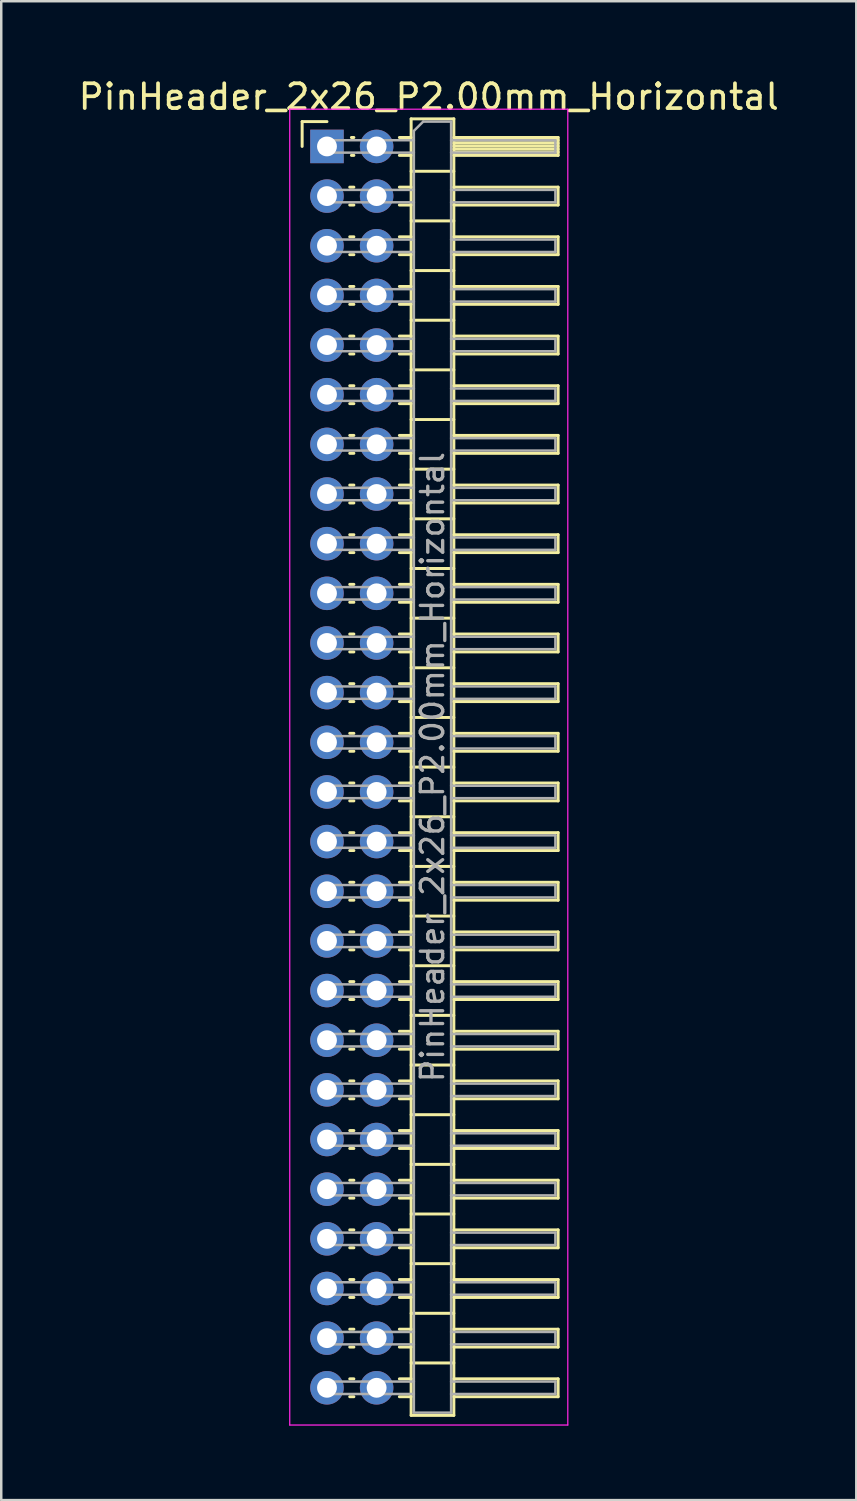
<source format=kicad_pcb>
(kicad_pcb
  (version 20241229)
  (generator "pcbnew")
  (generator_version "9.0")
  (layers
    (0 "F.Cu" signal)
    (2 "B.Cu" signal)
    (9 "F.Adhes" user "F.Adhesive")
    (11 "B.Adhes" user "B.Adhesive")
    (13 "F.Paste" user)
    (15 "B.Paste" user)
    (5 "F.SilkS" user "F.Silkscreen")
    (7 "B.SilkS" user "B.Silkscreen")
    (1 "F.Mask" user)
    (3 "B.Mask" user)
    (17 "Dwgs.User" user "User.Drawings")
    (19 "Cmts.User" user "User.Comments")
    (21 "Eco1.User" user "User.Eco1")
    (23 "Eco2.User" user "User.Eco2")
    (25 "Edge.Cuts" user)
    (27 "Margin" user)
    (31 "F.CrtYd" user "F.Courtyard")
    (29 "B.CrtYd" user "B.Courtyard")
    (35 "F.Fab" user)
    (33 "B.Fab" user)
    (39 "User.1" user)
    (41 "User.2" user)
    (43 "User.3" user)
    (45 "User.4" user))
  (footprint "PinHeader_2x26_P2.00mm_Horizontal"
    (layer "F.Cu")
    (at 10.12 2.848)
    (property "Reference" "PinHeader_2x26_P2.00mm_Horizontal" (at 4.1 -2 0) (layer "F.SilkS") (effects (font (size 1 1) (thickness 0.15))))
    (attr through_hole)
    (fp_line (start -1 -1) (end 0 -1) (stroke (width 0.12) (type solid)) (layer "F.SilkS"))
    (fp_line (start -1 0) (end -1 -1) (stroke (width 0.12) (type solid)) (layer "F.SilkS"))
    (fp_line (start 0.917 1.64) (end 1.083 1.64) (stroke (width 0.12) (type solid)) (layer "F.SilkS"))
    (fp_line (start 0.917 2.36) (end 1.083 2.36) (stroke (width 0.12) (type solid)) (layer "F.SilkS"))
    (fp_line (start 0.917 3.64) (end 1.083 3.64) (stroke (width 0.12) (type solid)) (layer "F.SilkS"))
    (fp_line (start 0.917 4.36) (end 1.083 4.36) (stroke (width 0.12) (type solid)) (layer "F.SilkS"))
    (fp_line (start 0.917 5.64) (end 1.083 5.64) (stroke (width 0.12) (type solid)) (layer "F.SilkS"))
    (fp_line (start 0.917 6.36) (end 1.083 6.36) (stroke (width 0.12) (type solid)) (layer "F.SilkS"))
    (fp_line (start 0.917 7.64) (end 1.083 7.64) (stroke (width 0.12) (type solid)) (layer "F.SilkS"))
    (fp_line (start 0.917 8.36) (end 1.083 8.36) (stroke (width 0.12) (type solid)) (layer "F.SilkS"))
    (fp_line (start 0.917 9.64) (end 1.083 9.64) (stroke (width 0.12) (type solid)) (layer "F.SilkS"))
    (fp_line (start 0.917 10.36) (end 1.083 10.36) (stroke (width 0.12) (type solid)) (layer "F.SilkS"))
    (fp_line (start 0.917 11.64) (end 1.083 11.64) (stroke (width 0.12) (type solid)) (layer "F.SilkS"))
    (fp_line (start 0.917 12.36) (end 1.083 12.36) (stroke (width 0.12) (type solid)) (layer "F.SilkS"))
    (fp_line (start 0.917 13.64) (end 1.083 13.64) (stroke (width 0.12) (type solid)) (layer "F.SilkS"))
    (fp_line (start 0.917 14.36) (end 1.083 14.36) (stroke (width 0.12) (type solid)) (layer "F.SilkS"))
    (fp_line (start 0.917 15.64) (end 1.083 15.64) (stroke (width 0.12) (type solid)) (layer "F.SilkS"))
    (fp_line (start 0.917 16.36) (end 1.083 16.36) (stroke (width 0.12) (type solid)) (layer "F.SilkS"))
    (fp_line (start 0.917 17.64) (end 1.083 17.64) (stroke (width 0.12) (type solid)) (layer "F.SilkS"))
    (fp_line (start 0.917 18.36) (end 1.083 18.36) (stroke (width 0.12) (type solid)) (layer "F.SilkS"))
    (fp_line (start 0.917 19.64) (end 1.083 19.64) (stroke (width 0.12) (type solid)) (layer "F.SilkS"))
    (fp_line (start 0.917 20.36) (end 1.083 20.36) (stroke (width 0.12) (type solid)) (layer "F.SilkS"))
    (fp_line (start 0.917 21.64) (end 1.083 21.64) (stroke (width 0.12) (type solid)) (layer "F.SilkS"))
    (fp_line (start 0.917 22.36) (end 1.083 22.36) (stroke (width 0.12) (type solid)) (layer "F.SilkS"))
    (fp_line (start 0.917 23.64) (end 1.083 23.64) (stroke (width 0.12) (type solid)) (layer "F.SilkS"))
    (fp_line (start 0.917 24.36) (end 1.083 24.36) (stroke (width 0.12) (type solid)) (layer "F.SilkS"))
    (fp_line (start 0.917 25.64) (end 1.083 25.64) (stroke (width 0.12) (type solid)) (layer "F.SilkS"))
    (fp_line (start 0.917 26.36) (end 1.083 26.36) (stroke (width 0.12) (type solid)) (layer "F.SilkS"))
    (fp_line (start 0.917 27.64) (end 1.083 27.64) (stroke (width 0.12) (type solid)) (layer "F.SilkS"))
    (fp_line (start 0.917 28.36) (end 1.083 28.36) (stroke (width 0.12) (type solid)) (layer "F.SilkS"))
    (fp_line (start 0.917 29.64) (end 1.083 29.64) (stroke (width 0.12) (type solid)) (layer "F.SilkS"))
    (fp_line (start 0.917 30.36) (end 1.083 30.36) (stroke (width 0.12) (type solid)) (layer "F.SilkS"))
    (fp_line (start 0.917 31.64) (end 1.083 31.64) (stroke (width 0.12) (type solid)) (layer "F.SilkS"))
    (fp_line (start 0.917 32.36) (end 1.083 32.36) (stroke (width 0.12) (type solid)) (layer "F.SilkS"))
    (fp_line (start 0.917 33.64) (end 1.083 33.64) (stroke (width 0.12) (type solid)) (layer "F.SilkS"))
    (fp_line (start 0.917 34.36) (end 1.083 34.36) (stroke (width 0.12) (type solid)) (layer "F.SilkS"))
    (fp_line (start 0.917 35.64) (end 1.083 35.64) (stroke (width 0.12) (type solid)) (layer "F.SilkS"))
    (fp_line (start 0.917 36.36) (end 1.083 36.36) (stroke (width 0.12) (type solid)) (layer "F.SilkS"))
    (fp_line (start 0.917 37.64) (end 1.083 37.64) (stroke (width 0.12) (type solid)) (layer "F.SilkS"))
    (fp_line (start 0.917 38.36) (end 1.083 38.36) (stroke (width 0.12) (type solid)) (layer "F.SilkS"))
    (fp_line (start 0.917 39.64) (end 1.083 39.64) (stroke (width 0.12) (type solid)) (layer "F.SilkS"))
    (fp_line (start 0.917 40.36) (end 1.083 40.36) (stroke (width 0.12) (type solid)) (layer "F.SilkS"))
    (fp_line (start 0.917 41.64) (end 1.083 41.64) (stroke (width 0.12) (type solid)) (layer "F.SilkS"))
    (fp_line (start 0.917 42.36) (end 1.083 42.36) (stroke (width 0.12) (type solid)) (layer "F.SilkS"))
    (fp_line (start 0.917 43.64) (end 1.083 43.64) (stroke (width 0.12) (type solid)) (layer "F.SilkS"))
    (fp_line (start 0.917 44.36) (end 1.083 44.36) (stroke (width 0.12) (type solid)) (layer "F.SilkS"))
    (fp_line (start 0.917 45.64) (end 1.083 45.64) (stroke (width 0.12) (type solid)) (layer "F.SilkS"))
    (fp_line (start 0.917 46.36) (end 1.083 46.36) (stroke (width 0.12) (type solid)) (layer "F.SilkS"))
    (fp_line (start 0.917 47.64) (end 1.083 47.64) (stroke (width 0.12) (type solid)) (layer "F.SilkS"))
    (fp_line (start 0.917 48.36) (end 1.083 48.36) (stroke (width 0.12) (type solid)) (layer "F.SilkS"))
    (fp_line (start 0.917 49.64) (end 1.083 49.64) (stroke (width 0.12) (type solid)) (layer "F.SilkS"))
    (fp_line (start 0.917 50.36) (end 1.083 50.36) (stroke (width 0.12) (type solid)) (layer "F.SilkS"))
    (fp_line (start 0.985 -0.36) (end 1.083 -0.36) (stroke (width 0.12) (type solid)) (layer "F.SilkS"))
    (fp_line (start 0.985 0.36) (end 1.083 0.36) (stroke (width 0.12) (type solid)) (layer "F.SilkS"))
    (fp_line (start 2.917 -0.36) (end 3.39 -0.36) (stroke (width 0.12) (type solid)) (layer "F.SilkS"))
    (fp_line (start 2.917 0.36) (end 3.39 0.36) (stroke (width 0.12) (type solid)) (layer "F.SilkS"))
    (fp_line (start 2.917 1.64) (end 3.39 1.64) (stroke (width 0.12) (type solid)) (layer "F.SilkS"))
    (fp_line (start 2.917 2.36) (end 3.39 2.36) (stroke (width 0.12) (type solid)) (layer "F.SilkS"))
    (fp_line (start 2.917 3.64) (end 3.39 3.64) (stroke (width 0.12) (type solid)) (layer "F.SilkS"))
    (fp_line (start 2.917 4.36) (end 3.39 4.36) (stroke (width 0.12) (type solid)) (layer "F.SilkS"))
    (fp_line (start 2.917 5.64) (end 3.39 5.64) (stroke (width 0.12) (type solid)) (layer "F.SilkS"))
    (fp_line (start 2.917 6.36) (end 3.39 6.36) (stroke (width 0.12) (type solid)) (layer "F.SilkS"))
    (fp_line (start 2.917 7.64) (end 3.39 7.64) (stroke (width 0.12) (type solid)) (layer "F.SilkS"))
    (fp_line (start 2.917 8.36) (end 3.39 8.36) (stroke (width 0.12) (type solid)) (layer "F.SilkS"))
    (fp_line (start 2.917 9.64) (end 3.39 9.64) (stroke (width 0.12) (type solid)) (layer "F.SilkS"))
    (fp_line (start 2.917 10.36) (end 3.39 10.36) (stroke (width 0.12) (type solid)) (layer "F.SilkS"))
    (fp_line (start 2.917 11.64) (end 3.39 11.64) (stroke (width 0.12) (type solid)) (layer "F.SilkS"))
    (fp_line (start 2.917 12.36) (end 3.39 12.36) (stroke (width 0.12) (type solid)) (layer "F.SilkS"))
    (fp_line (start 2.917 13.64) (end 3.39 13.64) (stroke (width 0.12) (type solid)) (layer "F.SilkS"))
    (fp_line (start 2.917 14.36) (end 3.39 14.36) (stroke (width 0.12) (type solid)) (layer "F.SilkS"))
    (fp_line (start 2.917 15.64) (end 3.39 15.64) (stroke (width 0.12) (type solid)) (layer "F.SilkS"))
    (fp_line (start 2.917 16.36) (end 3.39 16.36) (stroke (width 0.12) (type solid)) (layer "F.SilkS"))
    (fp_line (start 2.917 17.64) (end 3.39 17.64) (stroke (width 0.12) (type solid)) (layer "F.SilkS"))
    (fp_line (start 2.917 18.36) (end 3.39 18.36) (stroke (width 0.12) (type solid)) (layer "F.SilkS"))
    (fp_line (start 2.917 19.64) (end 3.39 19.64) (stroke (width 0.12) (type solid)) (layer "F.SilkS"))
    (fp_line (start 2.917 20.36) (end 3.39 20.36) (stroke (width 0.12) (type solid)) (layer "F.SilkS"))
    (fp_line (start 2.917 21.64) (end 3.39 21.64) (stroke (width 0.12) (type solid)) (layer "F.SilkS"))
    (fp_line (start 2.917 22.36) (end 3.39 22.36) (stroke (width 0.12) (type solid)) (layer "F.SilkS"))
    (fp_line (start 2.917 23.64) (end 3.39 23.64) (stroke (width 0.12) (type solid)) (layer "F.SilkS"))
    (fp_line (start 2.917 24.36) (end 3.39 24.36) (stroke (width 0.12) (type solid)) (layer "F.SilkS"))
    (fp_line (start 2.917 25.64) (end 3.39 25.64) (stroke (width 0.12) (type solid)) (layer "F.SilkS"))
    (fp_line (start 2.917 26.36) (end 3.39 26.36) (stroke (width 0.12) (type solid)) (layer "F.SilkS"))
    (fp_line (start 2.917 27.64) (end 3.39 27.64) (stroke (width 0.12) (type solid)) (layer "F.SilkS"))
    (fp_line (start 2.917 28.36) (end 3.39 28.36) (stroke (width 0.12) (type solid)) (layer "F.SilkS"))
    (fp_line (start 2.917 29.64) (end 3.39 29.64) (stroke (width 0.12) (type solid)) (layer "F.SilkS"))
    (fp_line (start 2.917 30.36) (end 3.39 30.36) (stroke (width 0.12) (type solid)) (layer "F.SilkS"))
    (fp_line (start 2.917 31.64) (end 3.39 31.64) (stroke (width 0.12) (type solid)) (layer "F.SilkS"))
    (fp_line (start 2.917 32.36) (end 3.39 32.36) (stroke (width 0.12) (type solid)) (layer "F.SilkS"))
    (fp_line (start 2.917 33.64) (end 3.39 33.64) (stroke (width 0.12) (type solid)) (layer "F.SilkS"))
    (fp_line (start 2.917 34.36) (end 3.39 34.36) (stroke (width 0.12) (type solid)) (layer "F.SilkS"))
    (fp_line (start 2.917 35.64) (end 3.39 35.64) (stroke (width 0.12) (type solid)) (layer "F.SilkS"))
    (fp_line (start 2.917 36.36) (end 3.39 36.36) (stroke (width 0.12) (type solid)) (layer "F.SilkS"))
    (fp_line (start 2.917 37.64) (end 3.39 37.64) (stroke (width 0.12) (type solid)) (layer "F.SilkS"))
    (fp_line (start 2.917 38.36) (end 3.39 38.36) (stroke (width 0.12) (type solid)) (layer "F.SilkS"))
    (fp_line (start 2.917 39.64) (end 3.39 39.64) (stroke (width 0.12) (type solid)) (layer "F.SilkS"))
    (fp_line (start 2.917 40.36) (end 3.39 40.36) (stroke (width 0.12) (type solid)) (layer "F.SilkS"))
    (fp_line (start 2.917 41.64) (end 3.39 41.64) (stroke (width 0.12) (type solid)) (layer "F.SilkS"))
    (fp_line (start 2.917 42.36) (end 3.39 42.36) (stroke (width 0.12) (type solid)) (layer "F.SilkS"))
    (fp_line (start 2.917 43.64) (end 3.39 43.64) (stroke (width 0.12) (type solid)) (layer "F.SilkS"))
    (fp_line (start 2.917 44.36) (end 3.39 44.36) (stroke (width 0.12) (type solid)) (layer "F.SilkS"))
    (fp_line (start 2.917 45.64) (end 3.39 45.64) (stroke (width 0.12) (type solid)) (layer "F.SilkS"))
    (fp_line (start 2.917 46.36) (end 3.39 46.36) (stroke (width 0.12) (type solid)) (layer "F.SilkS"))
    (fp_line (start 2.917 47.64) (end 3.39 47.64) (stroke (width 0.12) (type solid)) (layer "F.SilkS"))
    (fp_line (start 2.917 48.36) (end 3.39 48.36) (stroke (width 0.12) (type solid)) (layer "F.SilkS"))
    (fp_line (start 2.917 49.64) (end 3.39 49.64) (stroke (width 0.12) (type solid)) (layer "F.SilkS"))
    (fp_line (start 2.917 50.36) (end 3.39 50.36) (stroke (width 0.12) (type solid)) (layer "F.SilkS"))
    (fp_line (start 3.39 -1.11) (end 3.39 51.11) (stroke (width 0.12) (type solid)) (layer "F.SilkS"))
    (fp_line (start 3.39 1) (end 5.11 1) (stroke (width 0.12) (type solid)) (layer "F.SilkS"))
    (fp_line (start 3.39 3) (end 5.11 3) (stroke (width 0.12) (type solid)) (layer "F.SilkS"))
    (fp_line (start 3.39 5) (end 5.11 5) (stroke (width 0.12) (type solid)) (layer "F.SilkS"))
    (fp_line (start 3.39 7) (end 5.11 7) (stroke (width 0.12) (type solid)) (layer "F.SilkS"))
    (fp_line (start 3.39 9) (end 5.11 9) (stroke (width 0.12) (type solid)) (layer "F.SilkS"))
    (fp_line (start 3.39 11) (end 5.11 11) (stroke (width 0.12) (type solid)) (layer "F.SilkS"))
    (fp_line (start 3.39 13) (end 5.11 13) (stroke (width 0.12) (type solid)) (layer "F.SilkS"))
    (fp_line (start 3.39 15) (end 5.11 15) (stroke (width 0.12) (type solid)) (layer "F.SilkS"))
    (fp_line (start 3.39 17) (end 5.11 17) (stroke (width 0.12) (type solid)) (layer "F.SilkS"))
    (fp_line (start 3.39 19) (end 5.11 19) (stroke (width 0.12) (type solid)) (layer "F.SilkS"))
    (fp_line (start 3.39 21) (end 5.11 21) (stroke (width 0.12) (type solid)) (layer "F.SilkS"))
    (fp_line (start 3.39 23) (end 5.11 23) (stroke (width 0.12) (type solid)) (layer "F.SilkS"))
    (fp_line (start 3.39 25) (end 5.11 25) (stroke (width 0.12) (type solid)) (layer "F.SilkS"))
    (fp_line (start 3.39 27) (end 5.11 27) (stroke (width 0.12) (type solid)) (layer "F.SilkS"))
    (fp_line (start 3.39 29) (end 5.11 29) (stroke (width 0.12) (type solid)) (layer "F.SilkS"))
    (fp_line (start 3.39 31) (end 5.11 31) (stroke (width 0.12) (type solid)) (layer "F.SilkS"))
    (fp_line (start 3.39 33) (end 5.11 33) (stroke (width 0.12) (type solid)) (layer "F.SilkS"))
    (fp_line (start 3.39 35) (end 5.11 35) (stroke (width 0.12) (type solid)) (layer "F.SilkS"))
    (fp_line (start 3.39 37) (end 5.11 37) (stroke (width 0.12) (type solid)) (layer "F.SilkS"))
    (fp_line (start 3.39 39) (end 5.11 39) (stroke (width 0.12) (type solid)) (layer "F.SilkS"))
    (fp_line (start 3.39 41) (end 5.11 41) (stroke (width 0.12) (type solid)) (layer "F.SilkS"))
    (fp_line (start 3.39 43) (end 5.11 43) (stroke (width 0.12) (type solid)) (layer "F.SilkS"))
    (fp_line (start 3.39 45) (end 5.11 45) (stroke (width 0.12) (type solid)) (layer "F.SilkS"))
    (fp_line (start 3.39 47) (end 5.11 47) (stroke (width 0.12) (type solid)) (layer "F.SilkS"))
    (fp_line (start 3.39 49) (end 5.11 49) (stroke (width 0.12) (type solid)) (layer "F.SilkS"))
    (fp_line (start 3.39 51.11) (end 5.11 51.11) (stroke (width 0.12) (type solid)) (layer "F.SilkS"))
    (fp_line (start 5.11 -1.11) (end 3.39 -1.11) (stroke (width 0.12) (type solid)) (layer "F.SilkS"))
    (fp_line (start 5.11 -0.36) (end 9.31 -0.36) (stroke (width 0.12) (type solid)) (layer "F.SilkS"))
    (fp_line (start 5.11 -0.25) (end 9.31 -0.25) (stroke (width 0.12) (type solid)) (layer "F.SilkS"))
    (fp_line (start 5.11 -0.13) (end 9.31 -0.13) (stroke (width 0.12) (type solid)) (layer "F.SilkS"))
    (fp_line (start 5.11 -0.01) (end 9.31 -0.01) (stroke (width 0.12) (type solid)) (layer "F.SilkS"))
    (fp_line (start 5.11 0.11) (end 9.31 0.11) (stroke (width 0.12) (type solid)) (layer "F.SilkS"))
    (fp_line (start 5.11 0.23) (end 9.31 0.23) (stroke (width 0.12) (type solid)) (layer "F.SilkS"))
    (fp_line (start 5.11 1.64) (end 9.31 1.64) (stroke (width 0.12) (type solid)) (layer "F.SilkS"))
    (fp_line (start 5.11 3.64) (end 9.31 3.64) (stroke (width 0.12) (type solid)) (layer "F.SilkS"))
    (fp_line (start 5.11 5.64) (end 9.31 5.64) (stroke (width 0.12) (type solid)) (layer "F.SilkS"))
    (fp_line (start 5.11 7.64) (end 9.31 7.64) (stroke (width 0.12) (type solid)) (layer "F.SilkS"))
    (fp_line (start 5.11 9.64) (end 9.31 9.64) (stroke (width 0.12) (type solid)) (layer "F.SilkS"))
    (fp_line (start 5.11 11.64) (end 9.31 11.64) (stroke (width 0.12) (type solid)) (layer "F.SilkS"))
    (fp_line (start 5.11 13.64) (end 9.31 13.64) (stroke (width 0.12) (type solid)) (layer "F.SilkS"))
    (fp_line (start 5.11 15.64) (end 9.31 15.64) (stroke (width 0.12) (type solid)) (layer "F.SilkS"))
    (fp_line (start 5.11 17.64) (end 9.31 17.64) (stroke (width 0.12) (type solid)) (layer "F.SilkS"))
    (fp_line (start 5.11 19.64) (end 9.31 19.64) (stroke (width 0.12) (type solid)) (layer "F.SilkS"))
    (fp_line (start 5.11 21.64) (end 9.31 21.64) (stroke (width 0.12) (type solid)) (layer "F.SilkS"))
    (fp_line (start 5.11 23.64) (end 9.31 23.64) (stroke (width 0.12) (type solid)) (layer "F.SilkS"))
    (fp_line (start 5.11 25.64) (end 9.31 25.64) (stroke (width 0.12) (type solid)) (layer "F.SilkS"))
    (fp_line (start 5.11 27.64) (end 9.31 27.64) (stroke (width 0.12) (type solid)) (layer "F.SilkS"))
    (fp_line (start 5.11 29.64) (end 9.31 29.64) (stroke (width 0.12) (type solid)) (layer "F.SilkS"))
    (fp_line (start 5.11 31.64) (end 9.31 31.64) (stroke (width 0.12) (type solid)) (layer "F.SilkS"))
    (fp_line (start 5.11 33.64) (end 9.31 33.64) (stroke (width 0.12) (type solid)) (layer "F.SilkS"))
    (fp_line (start 5.11 35.64) (end 9.31 35.64) (stroke (width 0.12) (type solid)) (layer "F.SilkS"))
    (fp_line (start 5.11 37.64) (end 9.31 37.64) (stroke (width 0.12) (type solid)) (layer "F.SilkS"))
    (fp_line (start 5.11 39.64) (end 9.31 39.64) (stroke (width 0.12) (type solid)) (layer "F.SilkS"))
    (fp_line (start 5.11 41.64) (end 9.31 41.64) (stroke (width 0.12) (type solid)) (layer "F.SilkS"))
    (fp_line (start 5.11 43.64) (end 9.31 43.64) (stroke (width 0.12) (type solid)) (layer "F.SilkS"))
    (fp_line (start 5.11 45.64) (end 9.31 45.64) (stroke (width 0.12) (type solid)) (layer "F.SilkS"))
    (fp_line (start 5.11 47.64) (end 9.31 47.64) (stroke (width 0.12) (type solid)) (layer "F.SilkS"))
    (fp_line (start 5.11 49.64) (end 9.31 49.64) (stroke (width 0.12) (type solid)) (layer "F.SilkS"))
    (fp_line (start 5.11 51.11) (end 5.11 -1.11) (stroke (width 0.12) (type solid)) (layer "F.SilkS"))
    (fp_line (start 9.31 -0.36) (end 9.31 0.36) (stroke (width 0.12) (type solid)) (layer "F.SilkS"))
    (fp_line (start 9.31 0.36) (end 5.11 0.36) (stroke (width 0.12) (type solid)) (layer "F.SilkS"))
    (fp_line (start 9.31 1.64) (end 9.31 2.36) (stroke (width 0.12) (type solid)) (layer "F.SilkS"))
    (fp_line (start 9.31 2.36) (end 5.11 2.36) (stroke (width 0.12) (type solid)) (layer "F.SilkS"))
    (fp_line (start 9.31 3.64) (end 9.31 4.36) (stroke (width 0.12) (type solid)) (layer "F.SilkS"))
    (fp_line (start 9.31 4.36) (end 5.11 4.36) (stroke (width 0.12) (type solid)) (layer "F.SilkS"))
    (fp_line (start 9.31 5.64) (end 9.31 6.36) (stroke (width 0.12) (type solid)) (layer "F.SilkS"))
    (fp_line (start 9.31 6.36) (end 5.11 6.36) (stroke (width 0.12) (type solid)) (layer "F.SilkS"))
    (fp_line (start 9.31 7.64) (end 9.31 8.36) (stroke (width 0.12) (type solid)) (layer "F.SilkS"))
    (fp_line (start 9.31 8.36) (end 5.11 8.36) (stroke (width 0.12) (type solid)) (layer "F.SilkS"))
    (fp_line (start 9.31 9.64) (end 9.31 10.36) (stroke (width 0.12) (type solid)) (layer "F.SilkS"))
    (fp_line (start 9.31 10.36) (end 5.11 10.36) (stroke (width 0.12) (type solid)) (layer "F.SilkS"))
    (fp_line (start 9.31 11.64) (end 9.31 12.36) (stroke (width 0.12) (type solid)) (layer "F.SilkS"))
    (fp_line (start 9.31 12.36) (end 5.11 12.36) (stroke (width 0.12) (type solid)) (layer "F.SilkS"))
    (fp_line (start 9.31 13.64) (end 9.31 14.36) (stroke (width 0.12) (type solid)) (layer "F.SilkS"))
    (fp_line (start 9.31 14.36) (end 5.11 14.36) (stroke (width 0.12) (type solid)) (layer "F.SilkS"))
    (fp_line (start 9.31 15.64) (end 9.31 16.36) (stroke (width 0.12) (type solid)) (layer "F.SilkS"))
    (fp_line (start 9.31 16.36) (end 5.11 16.36) (stroke (width 0.12) (type solid)) (layer "F.SilkS"))
    (fp_line (start 9.31 17.64) (end 9.31 18.36) (stroke (width 0.12) (type solid)) (layer "F.SilkS"))
    (fp_line (start 9.31 18.36) (end 5.11 18.36) (stroke (width 0.12) (type solid)) (layer "F.SilkS"))
    (fp_line (start 9.31 19.64) (end 9.31 20.36) (stroke (width 0.12) (type solid)) (layer "F.SilkS"))
    (fp_line (start 9.31 20.36) (end 5.11 20.36) (stroke (width 0.12) (type solid)) (layer "F.SilkS"))
    (fp_line (start 9.31 21.64) (end 9.31 22.36) (stroke (width 0.12) (type solid)) (layer "F.SilkS"))
    (fp_line (start 9.31 22.36) (end 5.11 22.36) (stroke (width 0.12) (type solid)) (layer "F.SilkS"))
    (fp_line (start 9.31 23.64) (end 9.31 24.36) (stroke (width 0.12) (type solid)) (layer "F.SilkS"))
    (fp_line (start 9.31 24.36) (end 5.11 24.36) (stroke (width 0.12) (type solid)) (layer "F.SilkS"))
    (fp_line (start 9.31 25.64) (end 9.31 26.36) (stroke (width 0.12) (type solid)) (layer "F.SilkS"))
    (fp_line (start 9.31 26.36) (end 5.11 26.36) (stroke (width 0.12) (type solid)) (layer "F.SilkS"))
    (fp_line (start 9.31 27.64) (end 9.31 28.36) (stroke (width 0.12) (type solid)) (layer "F.SilkS"))
    (fp_line (start 9.31 28.36) (end 5.11 28.36) (stroke (width 0.12) (type solid)) (layer "F.SilkS"))
    (fp_line (start 9.31 29.64) (end 9.31 30.36) (stroke (width 0.12) (type solid)) (layer "F.SilkS"))
    (fp_line (start 9.31 30.36) (end 5.11 30.36) (stroke (width 0.12) (type solid)) (layer "F.SilkS"))
    (fp_line (start 9.31 31.64) (end 9.31 32.36) (stroke (width 0.12) (type solid)) (layer "F.SilkS"))
    (fp_line (start 9.31 32.36) (end 5.11 32.36) (stroke (width 0.12) (type solid)) (layer "F.SilkS"))
    (fp_line (start 9.31 33.64) (end 9.31 34.36) (stroke (width 0.12) (type solid)) (layer "F.SilkS"))
    (fp_line (start 9.31 34.36) (end 5.11 34.36) (stroke (width 0.12) (type solid)) (layer "F.SilkS"))
    (fp_line (start 9.31 35.64) (end 9.31 36.36) (stroke (width 0.12) (type solid)) (layer "F.SilkS"))
    (fp_line (start 9.31 36.36) (end 5.11 36.36) (stroke (width 0.12) (type solid)) (layer "F.SilkS"))
    (fp_line (start 9.31 37.64) (end 9.31 38.36) (stroke (width 0.12) (type solid)) (layer "F.SilkS"))
    (fp_line (start 9.31 38.36) (end 5.11 38.36) (stroke (width 0.12) (type solid)) (layer "F.SilkS"))
    (fp_line (start 9.31 39.64) (end 9.31 40.36) (stroke (width 0.12) (type solid)) (layer "F.SilkS"))
    (fp_line (start 9.31 40.36) (end 5.11 40.36) (stroke (width 0.12) (type solid)) (layer "F.SilkS"))
    (fp_line (start 9.31 41.64) (end 9.31 42.36) (stroke (width 0.12) (type solid)) (layer "F.SilkS"))
    (fp_line (start 9.31 42.36) (end 5.11 42.36) (stroke (width 0.12) (type solid)) (layer "F.SilkS"))
    (fp_line (start 9.31 43.64) (end 9.31 44.36) (stroke (width 0.12) (type solid)) (layer "F.SilkS"))
    (fp_line (start 9.31 44.36) (end 5.11 44.36) (stroke (width 0.12) (type solid)) (layer "F.SilkS"))
    (fp_line (start 9.31 45.64) (end 9.31 46.36) (stroke (width 0.12) (type solid)) (layer "F.SilkS"))
    (fp_line (start 9.31 46.36) (end 5.11 46.36) (stroke (width 0.12) (type solid)) (layer "F.SilkS"))
    (fp_line (start 9.31 47.64) (end 9.31 48.36) (stroke (width 0.12) (type solid)) (layer "F.SilkS"))
    (fp_line (start 9.31 48.36) (end 5.11 48.36) (stroke (width 0.12) (type solid)) (layer "F.SilkS"))
    (fp_line (start 9.31 49.64) (end 9.31 50.36) (stroke (width 0.12) (type solid)) (layer "F.SilkS"))
    (fp_line (start 9.31 50.36) (end 5.11 50.36) (stroke (width 0.12) (type solid)) (layer "F.SilkS"))
    (fp_line (start -1.5 -1.5) (end -1.5 51.5) (stroke (width 0.05) (type solid)) (layer "F.CrtYd"))
    (fp_line (start -1.5 51.5) (end 9.7 51.5) (stroke (width 0.05) (type solid)) (layer "F.CrtYd"))
    (fp_line (start 9.7 -1.5) (end -1.5 -1.5) (stroke (width 0.05) (type solid)) (layer "F.CrtYd"))
    (fp_line (start 9.7 51.5) (end 9.7 -1.5) (stroke (width 0.05) (type solid)) (layer "F.CrtYd"))
    (fp_line (start -0.25 -0.25) (end -0.25 0.25) (stroke (width 0.1) (type solid)) (layer "F.Fab"))
    (fp_line (start -0.25 -0.25) (end 3.5 -0.25) (stroke (width 0.1) (type solid)) (layer "F.Fab"))
    (fp_line (start -0.25 0.25) (end 3.5 0.25) (stroke (width 0.1) (type solid)) (layer "F.Fab"))
    (fp_line (start -0.25 1.75) (end -0.25 2.25) (stroke (width 0.1) (type solid)) (layer "F.Fab"))
    (fp_line (start -0.25 1.75) (end 3.5 1.75) (stroke (width 0.1) (type solid)) (layer "F.Fab"))
    (fp_line (start -0.25 2.25) (end 3.5 2.25) (stroke (width 0.1) (type solid)) (layer "F.Fab"))
    (fp_line (start -0.25 3.75) (end -0.25 4.25) (stroke (width 0.1) (type solid)) (layer "F.Fab"))
    (fp_line (start -0.25 3.75) (end 3.5 3.75) (stroke (width 0.1) (type solid)) (layer "F.Fab"))
    (fp_line (start -0.25 4.25) (end 3.5 4.25) (stroke (width 0.1) (type solid)) (layer "F.Fab"))
    (fp_line (start -0.25 5.75) (end -0.25 6.25) (stroke (width 0.1) (type solid)) (layer "F.Fab"))
    (fp_line (start -0.25 5.75) (end 3.5 5.75) (stroke (width 0.1) (type solid)) (layer "F.Fab"))
    (fp_line (start -0.25 6.25) (end 3.5 6.25) (stroke (width 0.1) (type solid)) (layer "F.Fab"))
    (fp_line (start -0.25 7.75) (end -0.25 8.25) (stroke (width 0.1) (type solid)) (layer "F.Fab"))
    (fp_line (start -0.25 7.75) (end 3.5 7.75) (stroke (width 0.1) (type solid)) (layer "F.Fab"))
    (fp_line (start -0.25 8.25) (end 3.5 8.25) (stroke (width 0.1) (type solid)) (layer "F.Fab"))
    (fp_line (start -0.25 9.75) (end -0.25 10.25) (stroke (width 0.1) (type solid)) (layer "F.Fab"))
    (fp_line (start -0.25 9.75) (end 3.5 9.75) (stroke (width 0.1) (type solid)) (layer "F.Fab"))
    (fp_line (start -0.25 10.25) (end 3.5 10.25) (stroke (width 0.1) (type solid)) (layer "F.Fab"))
    (fp_line (start -0.25 11.75) (end -0.25 12.25) (stroke (width 0.1) (type solid)) (layer "F.Fab"))
    (fp_line (start -0.25 11.75) (end 3.5 11.75) (stroke (width 0.1) (type solid)) (layer "F.Fab"))
    (fp_line (start -0.25 12.25) (end 3.5 12.25) (stroke (width 0.1) (type solid)) (layer "F.Fab"))
    (fp_line (start -0.25 13.75) (end -0.25 14.25) (stroke (width 0.1) (type solid)) (layer "F.Fab"))
    (fp_line (start -0.25 13.75) (end 3.5 13.75) (stroke (width 0.1) (type solid)) (layer "F.Fab"))
    (fp_line (start -0.25 14.25) (end 3.5 14.25) (stroke (width 0.1) (type solid)) (layer "F.Fab"))
    (fp_line (start -0.25 15.75) (end -0.25 16.25) (stroke (width 0.1) (type solid)) (layer "F.Fab"))
    (fp_line (start -0.25 15.75) (end 3.5 15.75) (stroke (width 0.1) (type solid)) (layer "F.Fab"))
    (fp_line (start -0.25 16.25) (end 3.5 16.25) (stroke (width 0.1) (type solid)) (layer "F.Fab"))
    (fp_line (start -0.25 17.75) (end -0.25 18.25) (stroke (width 0.1) (type solid)) (layer "F.Fab"))
    (fp_line (start -0.25 17.75) (end 3.5 17.75) (stroke (width 0.1) (type solid)) (layer "F.Fab"))
    (fp_line (start -0.25 18.25) (end 3.5 18.25) (stroke (width 0.1) (type solid)) (layer "F.Fab"))
    (fp_line (start -0.25 19.75) (end -0.25 20.25) (stroke (width 0.1) (type solid)) (layer "F.Fab"))
    (fp_line (start -0.25 19.75) (end 3.5 19.75) (stroke (width 0.1) (type solid)) (layer "F.Fab"))
    (fp_line (start -0.25 20.25) (end 3.5 20.25) (stroke (width 0.1) (type solid)) (layer "F.Fab"))
    (fp_line (start -0.25 21.75) (end -0.25 22.25) (stroke (width 0.1) (type solid)) (layer "F.Fab"))
    (fp_line (start -0.25 21.75) (end 3.5 21.75) (stroke (width 0.1) (type solid)) (layer "F.Fab"))
    (fp_line (start -0.25 22.25) (end 3.5 22.25) (stroke (width 0.1) (type solid)) (layer "F.Fab"))
    (fp_line (start -0.25 23.75) (end -0.25 24.25) (stroke (width 0.1) (type solid)) (layer "F.Fab"))
    (fp_line (start -0.25 23.75) (end 3.5 23.75) (stroke (width 0.1) (type solid)) (layer "F.Fab"))
    (fp_line (start -0.25 24.25) (end 3.5 24.25) (stroke (width 0.1) (type solid)) (layer "F.Fab"))
    (fp_line (start -0.25 25.75) (end -0.25 26.25) (stroke (width 0.1) (type solid)) (layer "F.Fab"))
    (fp_line (start -0.25 25.75) (end 3.5 25.75) (stroke (width 0.1) (type solid)) (layer "F.Fab"))
    (fp_line (start -0.25 26.25) (end 3.5 26.25) (stroke (width 0.1) (type solid)) (layer "F.Fab"))
    (fp_line (start -0.25 27.75) (end -0.25 28.25) (stroke (width 0.1) (type solid)) (layer "F.Fab"))
    (fp_line (start -0.25 27.75) (end 3.5 27.75) (stroke (width 0.1) (type solid)) (layer "F.Fab"))
    (fp_line (start -0.25 28.25) (end 3.5 28.25) (stroke (width 0.1) (type solid)) (layer "F.Fab"))
    (fp_line (start -0.25 29.75) (end -0.25 30.25) (stroke (width 0.1) (type solid)) (layer "F.Fab"))
    (fp_line (start -0.25 29.75) (end 3.5 29.75) (stroke (width 0.1) (type solid)) (layer "F.Fab"))
    (fp_line (start -0.25 30.25) (end 3.5 30.25) (stroke (width 0.1) (type solid)) (layer "F.Fab"))
    (fp_line (start -0.25 31.75) (end -0.25 32.25) (stroke (width 0.1) (type solid)) (layer "F.Fab"))
    (fp_line (start -0.25 31.75) (end 3.5 31.75) (stroke (width 0.1) (type solid)) (layer "F.Fab"))
    (fp_line (start -0.25 32.25) (end 3.5 32.25) (stroke (width 0.1) (type solid)) (layer "F.Fab"))
    (fp_line (start -0.25 33.75) (end -0.25 34.25) (stroke (width 0.1) (type solid)) (layer "F.Fab"))
    (fp_line (start -0.25 33.75) (end 3.5 33.75) (stroke (width 0.1) (type solid)) (layer "F.Fab"))
    (fp_line (start -0.25 34.25) (end 3.5 34.25) (stroke (width 0.1) (type solid)) (layer "F.Fab"))
    (fp_line (start -0.25 35.75) (end -0.25 36.25) (stroke (width 0.1) (type solid)) (layer "F.Fab"))
    (fp_line (start -0.25 35.75) (end 3.5 35.75) (stroke (width 0.1) (type solid)) (layer "F.Fab"))
    (fp_line (start -0.25 36.25) (end 3.5 36.25) (stroke (width 0.1) (type solid)) (layer "F.Fab"))
    (fp_line (start -0.25 37.75) (end -0.25 38.25) (stroke (width 0.1) (type solid)) (layer "F.Fab"))
    (fp_line (start -0.25 37.75) (end 3.5 37.75) (stroke (width 0.1) (type solid)) (layer "F.Fab"))
    (fp_line (start -0.25 38.25) (end 3.5 38.25) (stroke (width 0.1) (type solid)) (layer "F.Fab"))
    (fp_line (start -0.25 39.75) (end -0.25 40.25) (stroke (width 0.1) (type solid)) (layer "F.Fab"))
    (fp_line (start -0.25 39.75) (end 3.5 39.75) (stroke (width 0.1) (type solid)) (layer "F.Fab"))
    (fp_line (start -0.25 40.25) (end 3.5 40.25) (stroke (width 0.1) (type solid)) (layer "F.Fab"))
    (fp_line (start -0.25 41.75) (end -0.25 42.25) (stroke (width 0.1) (type solid)) (layer "F.Fab"))
    (fp_line (start -0.25 41.75) (end 3.5 41.75) (stroke (width 0.1) (type solid)) (layer "F.Fab"))
    (fp_line (start -0.25 42.25) (end 3.5 42.25) (stroke (width 0.1) (type solid)) (layer "F.Fab"))
    (fp_line (start -0.25 43.75) (end -0.25 44.25) (stroke (width 0.1) (type solid)) (layer "F.Fab"))
    (fp_line (start -0.25 43.75) (end 3.5 43.75) (stroke (width 0.1) (type solid)) (layer "F.Fab"))
    (fp_line (start -0.25 44.25) (end 3.5 44.25) (stroke (width 0.1) (type solid)) (layer "F.Fab"))
    (fp_line (start -0.25 45.75) (end -0.25 46.25) (stroke (width 0.1) (type solid)) (layer "F.Fab"))
    (fp_line (start -0.25 45.75) (end 3.5 45.75) (stroke (width 0.1) (type solid)) (layer "F.Fab"))
    (fp_line (start -0.25 46.25) (end 3.5 46.25) (stroke (width 0.1) (type solid)) (layer "F.Fab"))
    (fp_line (start -0.25 47.75) (end -0.25 48.25) (stroke (width 0.1) (type solid)) (layer "F.Fab"))
    (fp_line (start -0.25 47.75) (end 3.5 47.75) (stroke (width 0.1) (type solid)) (layer "F.Fab"))
    (fp_line (start -0.25 48.25) (end 3.5 48.25) (stroke (width 0.1) (type solid)) (layer "F.Fab"))
    (fp_line (start -0.25 49.75) (end -0.25 50.25) (stroke (width 0.1) (type solid)) (layer "F.Fab"))
    (fp_line (start -0.25 49.75) (end 3.5 49.75) (stroke (width 0.1) (type solid)) (layer "F.Fab"))
    (fp_line (start -0.25 50.25) (end 3.5 50.25) (stroke (width 0.1) (type solid)) (layer "F.Fab"))
    (fp_line (start 3.5 -0.625) (end 3.875 -1) (stroke (width 0.1) (type solid)) (layer "F.Fab"))
    (fp_line (start 3.5 51) (end 3.5 -0.625) (stroke (width 0.1) (type solid)) (layer "F.Fab"))
    (fp_line (start 3.875 -1) (end 5 -1) (stroke (width 0.1) (type solid)) (layer "F.Fab"))
    (fp_line (start 5 -1) (end 5 51) (stroke (width 0.1) (type solid)) (layer "F.Fab"))
    (fp_line (start 5 -0.25) (end 9.2 -0.25) (stroke (width 0.1) (type solid)) (layer "F.Fab"))
    (fp_line (start 5 0.25) (end 9.2 0.25) (stroke (width 0.1) (type solid)) (layer "F.Fab"))
    (fp_line (start 5 1.75) (end 9.2 1.75) (stroke (width 0.1) (type solid)) (layer "F.Fab"))
    (fp_line (start 5 2.25) (end 9.2 2.25) (stroke (width 0.1) (type solid)) (layer "F.Fab"))
    (fp_line (start 5 3.75) (end 9.2 3.75) (stroke (width 0.1) (type solid)) (layer "F.Fab"))
    (fp_line (start 5 4.25) (end 9.2 4.25) (stroke (width 0.1) (type solid)) (layer "F.Fab"))
    (fp_line (start 5 5.75) (end 9.2 5.75) (stroke (width 0.1) (type solid)) (layer "F.Fab"))
    (fp_line (start 5 6.25) (end 9.2 6.25) (stroke (width 0.1) (type solid)) (layer "F.Fab"))
    (fp_line (start 5 7.75) (end 9.2 7.75) (stroke (width 0.1) (type solid)) (layer "F.Fab"))
    (fp_line (start 5 8.25) (end 9.2 8.25) (stroke (width 0.1) (type solid)) (layer "F.Fab"))
    (fp_line (start 5 9.75) (end 9.2 9.75) (stroke (width 0.1) (type solid)) (layer "F.Fab"))
    (fp_line (start 5 10.25) (end 9.2 10.25) (stroke (width 0.1) (type solid)) (layer "F.Fab"))
    (fp_line (start 5 11.75) (end 9.2 11.75) (stroke (width 0.1) (type solid)) (layer "F.Fab"))
    (fp_line (start 5 12.25) (end 9.2 12.25) (stroke (width 0.1) (type solid)) (layer "F.Fab"))
    (fp_line (start 5 13.75) (end 9.2 13.75) (stroke (width 0.1) (type solid)) (layer "F.Fab"))
    (fp_line (start 5 14.25) (end 9.2 14.25) (stroke (width 0.1) (type solid)) (layer "F.Fab"))
    (fp_line (start 5 15.75) (end 9.2 15.75) (stroke (width 0.1) (type solid)) (layer "F.Fab"))
    (fp_line (start 5 16.25) (end 9.2 16.25) (stroke (width 0.1) (type solid)) (layer "F.Fab"))
    (fp_line (start 5 17.75) (end 9.2 17.75) (stroke (width 0.1) (type solid)) (layer "F.Fab"))
    (fp_line (start 5 18.25) (end 9.2 18.25) (stroke (width 0.1) (type solid)) (layer "F.Fab"))
    (fp_line (start 5 19.75) (end 9.2 19.75) (stroke (width 0.1) (type solid)) (layer "F.Fab"))
    (fp_line (start 5 20.25) (end 9.2 20.25) (stroke (width 0.1) (type solid)) (layer "F.Fab"))
    (fp_line (start 5 21.75) (end 9.2 21.75) (stroke (width 0.1) (type solid)) (layer "F.Fab"))
    (fp_line (start 5 22.25) (end 9.2 22.25) (stroke (width 0.1) (type solid)) (layer "F.Fab"))
    (fp_line (start 5 23.75) (end 9.2 23.75) (stroke (width 0.1) (type solid)) (layer "F.Fab"))
    (fp_line (start 5 24.25) (end 9.2 24.25) (stroke (width 0.1) (type solid)) (layer "F.Fab"))
    (fp_line (start 5 25.75) (end 9.2 25.75) (stroke (width 0.1) (type solid)) (layer "F.Fab"))
    (fp_line (start 5 26.25) (end 9.2 26.25) (stroke (width 0.1) (type solid)) (layer "F.Fab"))
    (fp_line (start 5 27.75) (end 9.2 27.75) (stroke (width 0.1) (type solid)) (layer "F.Fab"))
    (fp_line (start 5 28.25) (end 9.2 28.25) (stroke (width 0.1) (type solid)) (layer "F.Fab"))
    (fp_line (start 5 29.75) (end 9.2 29.75) (stroke (width 0.1) (type solid)) (layer "F.Fab"))
    (fp_line (start 5 30.25) (end 9.2 30.25) (stroke (width 0.1) (type solid)) (layer "F.Fab"))
    (fp_line (start 5 31.75) (end 9.2 31.75) (stroke (width 0.1) (type solid)) (layer "F.Fab"))
    (fp_line (start 5 32.25) (end 9.2 32.25) (stroke (width 0.1) (type solid)) (layer "F.Fab"))
    (fp_line (start 5 33.75) (end 9.2 33.75) (stroke (width 0.1) (type solid)) (layer "F.Fab"))
    (fp_line (start 5 34.25) (end 9.2 34.25) (stroke (width 0.1) (type solid)) (layer "F.Fab"))
    (fp_line (start 5 35.75) (end 9.2 35.75) (stroke (width 0.1) (type solid)) (layer "F.Fab"))
    (fp_line (start 5 36.25) (end 9.2 36.25) (stroke (width 0.1) (type solid)) (layer "F.Fab"))
    (fp_line (start 5 37.75) (end 9.2 37.75) (stroke (width 0.1) (type solid)) (layer "F.Fab"))
    (fp_line (start 5 38.25) (end 9.2 38.25) (stroke (width 0.1) (type solid)) (layer "F.Fab"))
    (fp_line (start 5 39.75) (end 9.2 39.75) (stroke (width 0.1) (type solid)) (layer "F.Fab"))
    (fp_line (start 5 40.25) (end 9.2 40.25) (stroke (width 0.1) (type solid)) (layer "F.Fab"))
    (fp_line (start 5 41.75) (end 9.2 41.75) (stroke (width 0.1) (type solid)) (layer "F.Fab"))
    (fp_line (start 5 42.25) (end 9.2 42.25) (stroke (width 0.1) (type solid)) (layer "F.Fab"))
    (fp_line (start 5 43.75) (end 9.2 43.75) (stroke (width 0.1) (type solid)) (layer "F.Fab"))
    (fp_line (start 5 44.25) (end 9.2 44.25) (stroke (width 0.1) (type solid)) (layer "F.Fab"))
    (fp_line (start 5 45.75) (end 9.2 45.75) (stroke (width 0.1) (type solid)) (layer "F.Fab"))
    (fp_line (start 5 46.25) (end 9.2 46.25) (stroke (width 0.1) (type solid)) (layer "F.Fab"))
    (fp_line (start 5 47.75) (end 9.2 47.75) (stroke (width 0.1) (type solid)) (layer "F.Fab"))
    (fp_line (start 5 48.25) (end 9.2 48.25) (stroke (width 0.1) (type solid)) (layer "F.Fab"))
    (fp_line (start 5 49.75) (end 9.2 49.75) (stroke (width 0.1) (type solid)) (layer "F.Fab"))
    (fp_line (start 5 50.25) (end 9.2 50.25) (stroke (width 0.1) (type solid)) (layer "F.Fab"))
    (fp_line (start 5 51) (end 3.5 51) (stroke (width 0.1) (type solid)) (layer "F.Fab"))
    (fp_line (start 9.2 -0.25) (end 9.2 0.25) (stroke (width 0.1) (type solid)) (layer "F.Fab"))
    (fp_line (start 9.2 1.75) (end 9.2 2.25) (stroke (width 0.1) (type solid)) (layer "F.Fab"))
    (fp_line (start 9.2 3.75) (end 9.2 4.25) (stroke (width 0.1) (type solid)) (layer "F.Fab"))
    (fp_line (start 9.2 5.75) (end 9.2 6.25) (stroke (width 0.1) (type solid)) (layer "F.Fab"))
    (fp_line (start 9.2 7.75) (end 9.2 8.25) (stroke (width 0.1) (type solid)) (layer "F.Fab"))
    (fp_line (start 9.2 9.75) (end 9.2 10.25) (stroke (width 0.1) (type solid)) (layer "F.Fab"))
    (fp_line (start 9.2 11.75) (end 9.2 12.25) (stroke (width 0.1) (type solid)) (layer "F.Fab"))
    (fp_line (start 9.2 13.75) (end 9.2 14.25) (stroke (width 0.1) (type solid)) (layer "F.Fab"))
    (fp_line (start 9.2 15.75) (end 9.2 16.25) (stroke (width 0.1) (type solid)) (layer "F.Fab"))
    (fp_line (start 9.2 17.75) (end 9.2 18.25) (stroke (width 0.1) (type solid)) (layer "F.Fab"))
    (fp_line (start 9.2 19.75) (end 9.2 20.25) (stroke (width 0.1) (type solid)) (layer "F.Fab"))
    (fp_line (start 9.2 21.75) (end 9.2 22.25) (stroke (width 0.1) (type solid)) (layer "F.Fab"))
    (fp_line (start 9.2 23.75) (end 9.2 24.25) (stroke (width 0.1) (type solid)) (layer "F.Fab"))
    (fp_line (start 9.2 25.75) (end 9.2 26.25) (stroke (width 0.1) (type solid)) (layer "F.Fab"))
    (fp_line (start 9.2 27.75) (end 9.2 28.25) (stroke (width 0.1) (type solid)) (layer "F.Fab"))
    (fp_line (start 9.2 29.75) (end 9.2 30.25) (stroke (width 0.1) (type solid)) (layer "F.Fab"))
    (fp_line (start 9.2 31.75) (end 9.2 32.25) (stroke (width 0.1) (type solid)) (layer "F.Fab"))
    (fp_line (start 9.2 33.75) (end 9.2 34.25) (stroke (width 0.1) (type solid)) (layer "F.Fab"))
    (fp_line (start 9.2 35.75) (end 9.2 36.25) (stroke (width 0.1) (type solid)) (layer "F.Fab"))
    (fp_line (start 9.2 37.75) (end 9.2 38.25) (stroke (width 0.1) (type solid)) (layer "F.Fab"))
    (fp_line (start 9.2 39.75) (end 9.2 40.25) (stroke (width 0.1) (type solid)) (layer "F.Fab"))
    (fp_line (start 9.2 41.75) (end 9.2 42.25) (stroke (width 0.1) (type solid)) (layer "F.Fab"))
    (fp_line (start 9.2 43.75) (end 9.2 44.25) (stroke (width 0.1) (type solid)) (layer "F.Fab"))
    (fp_line (start 9.2 45.75) (end 9.2 46.25) (stroke (width 0.1) (type solid)) (layer "F.Fab"))
    (fp_line (start 9.2 47.75) (end 9.2 48.25) (stroke (width 0.1) (type solid)) (layer "F.Fab"))
    (fp_line (start 9.2 49.75) (end 9.2 50.25) (stroke (width 0.1) (type solid)) (layer "F.Fab"))
    (fp_text user "${REFERENCE}" (at 4.25 25 90) (layer "F.Fab") (effects (font (size 0.9 0.9) (thickness 0.135))))
    (pad "1" thru_hole rect (at 0 0) (size 1.35 1.35) (drill 0.8) (layers "*.Cu" "*.Mask"))
    (pad "2" thru_hole circle (at 2 0) (size 1.35 1.35) (drill 0.8) (layers "*.Cu" "*.Mask"))
    (pad "3" thru_hole circle (at 0 2) (size 1.35 1.35) (drill 0.8) (layers "*.Cu" "*.Mask"))
    (pad "4" thru_hole circle (at 2 2) (size 1.35 1.35) (drill 0.8) (layers "*.Cu" "*.Mask"))
    (pad "5" thru_hole circle (at 0 4) (size 1.35 1.35) (drill 0.8) (layers "*.Cu" "*.Mask"))
    (pad "6" thru_hole circle (at 2 4) (size 1.35 1.35) (drill 0.8) (layers "*.Cu" "*.Mask"))
    (pad "7" thru_hole circle (at 0 6) (size 1.35 1.35) (drill 0.8) (layers "*.Cu" "*.Mask"))
    (pad "8" thru_hole circle (at 2 6) (size 1.35 1.35) (drill 0.8) (layers "*.Cu" "*.Mask"))
    (pad "9" thru_hole circle (at 0 8) (size 1.35 1.35) (drill 0.8) (layers "*.Cu" "*.Mask"))
    (pad "10" thru_hole circle (at 2 8) (size 1.35 1.35) (drill 0.8) (layers "*.Cu" "*.Mask"))
    (pad "11" thru_hole circle (at 0 10) (size 1.35 1.35) (drill 0.8) (layers "*.Cu" "*.Mask"))
    (pad "12" thru_hole circle (at 2 10) (size 1.35 1.35) (drill 0.8) (layers "*.Cu" "*.Mask"))
    (pad "13" thru_hole circle (at 0 12) (size 1.35 1.35) (drill 0.8) (layers "*.Cu" "*.Mask"))
    (pad "14" thru_hole circle (at 2 12) (size 1.35 1.35) (drill 0.8) (layers "*.Cu" "*.Mask"))
    (pad "15" thru_hole circle (at 0 14) (size 1.35 1.35) (drill 0.8) (layers "*.Cu" "*.Mask"))
    (pad "16" thru_hole circle (at 2 14) (size 1.35 1.35) (drill 0.8) (layers "*.Cu" "*.Mask"))
    (pad "17" thru_hole circle (at 0 16) (size 1.35 1.35) (drill 0.8) (layers "*.Cu" "*.Mask"))
    (pad "18" thru_hole circle (at 2 16) (size 1.35 1.35) (drill 0.8) (layers "*.Cu" "*.Mask"))
    (pad "19" thru_hole circle (at 0 18) (size 1.35 1.35) (drill 0.8) (layers "*.Cu" "*.Mask"))
    (pad "20" thru_hole circle (at 2 18) (size 1.35 1.35) (drill 0.8) (layers "*.Cu" "*.Mask"))
    (pad "21" thru_hole circle (at 0 20) (size 1.35 1.35) (drill 0.8) (layers "*.Cu" "*.Mask"))
    (pad "22" thru_hole circle (at 2 20) (size 1.35 1.35) (drill 0.8) (layers "*.Cu" "*.Mask"))
    (pad "23" thru_hole circle (at 0 22) (size 1.35 1.35) (drill 0.8) (layers "*.Cu" "*.Mask"))
    (pad "24" thru_hole circle (at 2 22) (size 1.35 1.35) (drill 0.8) (layers "*.Cu" "*.Mask"))
    (pad "25" thru_hole circle (at 0 24) (size 1.35 1.35) (drill 0.8) (layers "*.Cu" "*.Mask"))
    (pad "26" thru_hole circle (at 2 24) (size 1.35 1.35) (drill 0.8) (layers "*.Cu" "*.Mask"))
    (pad "27" thru_hole circle (at 0 26) (size 1.35 1.35) (drill 0.8) (layers "*.Cu" "*.Mask"))
    (pad "28" thru_hole circle (at 2 26) (size 1.35 1.35) (drill 0.8) (layers "*.Cu" "*.Mask"))
    (pad "29" thru_hole circle (at 0 28) (size 1.35 1.35) (drill 0.8) (layers "*.Cu" "*.Mask"))
    (pad "30" thru_hole circle (at 2 28) (size 1.35 1.35) (drill 0.8) (layers "*.Cu" "*.Mask"))
    (pad "31" thru_hole circle (at 0 30) (size 1.35 1.35) (drill 0.8) (layers "*.Cu" "*.Mask"))
    (pad "32" thru_hole circle (at 2 30) (size 1.35 1.35) (drill 0.8) (layers "*.Cu" "*.Mask"))
    (pad "33" thru_hole circle (at 0 32) (size 1.35 1.35) (drill 0.8) (layers "*.Cu" "*.Mask"))
    (pad "34" thru_hole circle (at 2 32) (size 1.35 1.35) (drill 0.8) (layers "*.Cu" "*.Mask"))
    (pad "35" thru_hole circle (at 0 34) (size 1.35 1.35) (drill 0.8) (layers "*.Cu" "*.Mask"))
    (pad "36" thru_hole circle (at 2 34) (size 1.35 1.35) (drill 0.8) (layers "*.Cu" "*.Mask"))
    (pad "37" thru_hole circle (at 0 36) (size 1.35 1.35) (drill 0.8) (layers "*.Cu" "*.Mask"))
    (pad "38" thru_hole circle (at 2 36) (size 1.35 1.35) (drill 0.8) (layers "*.Cu" "*.Mask"))
    (pad "39" thru_hole circle (at 0 38) (size 1.35 1.35) (drill 0.8) (layers "*.Cu" "*.Mask"))
    (pad "40" thru_hole circle (at 2 38) (size 1.35 1.35) (drill 0.8) (layers "*.Cu" "*.Mask"))
    (pad "41" thru_hole circle (at 0 40) (size 1.35 1.35) (drill 0.8) (layers "*.Cu" "*.Mask"))
    (pad "42" thru_hole circle (at 2 40) (size 1.35 1.35) (drill 0.8) (layers "*.Cu" "*.Mask"))
    (pad "43" thru_hole circle (at 0 42) (size 1.35 1.35) (drill 0.8) (layers "*.Cu" "*.Mask"))
    (pad "44" thru_hole circle (at 2 42) (size 1.35 1.35) (drill 0.8) (layers "*.Cu" "*.Mask"))
    (pad "45" thru_hole circle (at 0 44) (size 1.35 1.35) (drill 0.8) (layers "*.Cu" "*.Mask"))
    (pad "46" thru_hole circle (at 2 44) (size 1.35 1.35) (drill 0.8) (layers "*.Cu" "*.Mask"))
    (pad "47" thru_hole circle (at 0 46) (size 1.35 1.35) (drill 0.8) (layers "*.Cu" "*.Mask"))
    (pad "48" thru_hole circle (at 2 46) (size 1.35 1.35) (drill 0.8) (layers "*.Cu" "*.Mask"))
    (pad "49" thru_hole circle (at 0 48) (size 1.35 1.35) (drill 0.8) (layers "*.Cu" "*.Mask"))
    (pad "50" thru_hole circle (at 2 48) (size 1.35 1.35) (drill 0.8) (layers "*.Cu" "*.Mask"))
    (pad "51" thru_hole circle (at 0 50) (size 1.35 1.35) (drill 0.8) (layers "*.Cu" "*.Mask"))
    (pad "52" thru_hole circle (at 2 50) (size 1.35 1.35) (drill 0.8) (layers "*.Cu" "*.Mask")))
  (gr_rect
    (start -3 -3)
    (end 31.44 57.373)
    (stroke (width 0.1) (type default))
    (fill no)
    (layer "Edge.Cuts")))
</source>
